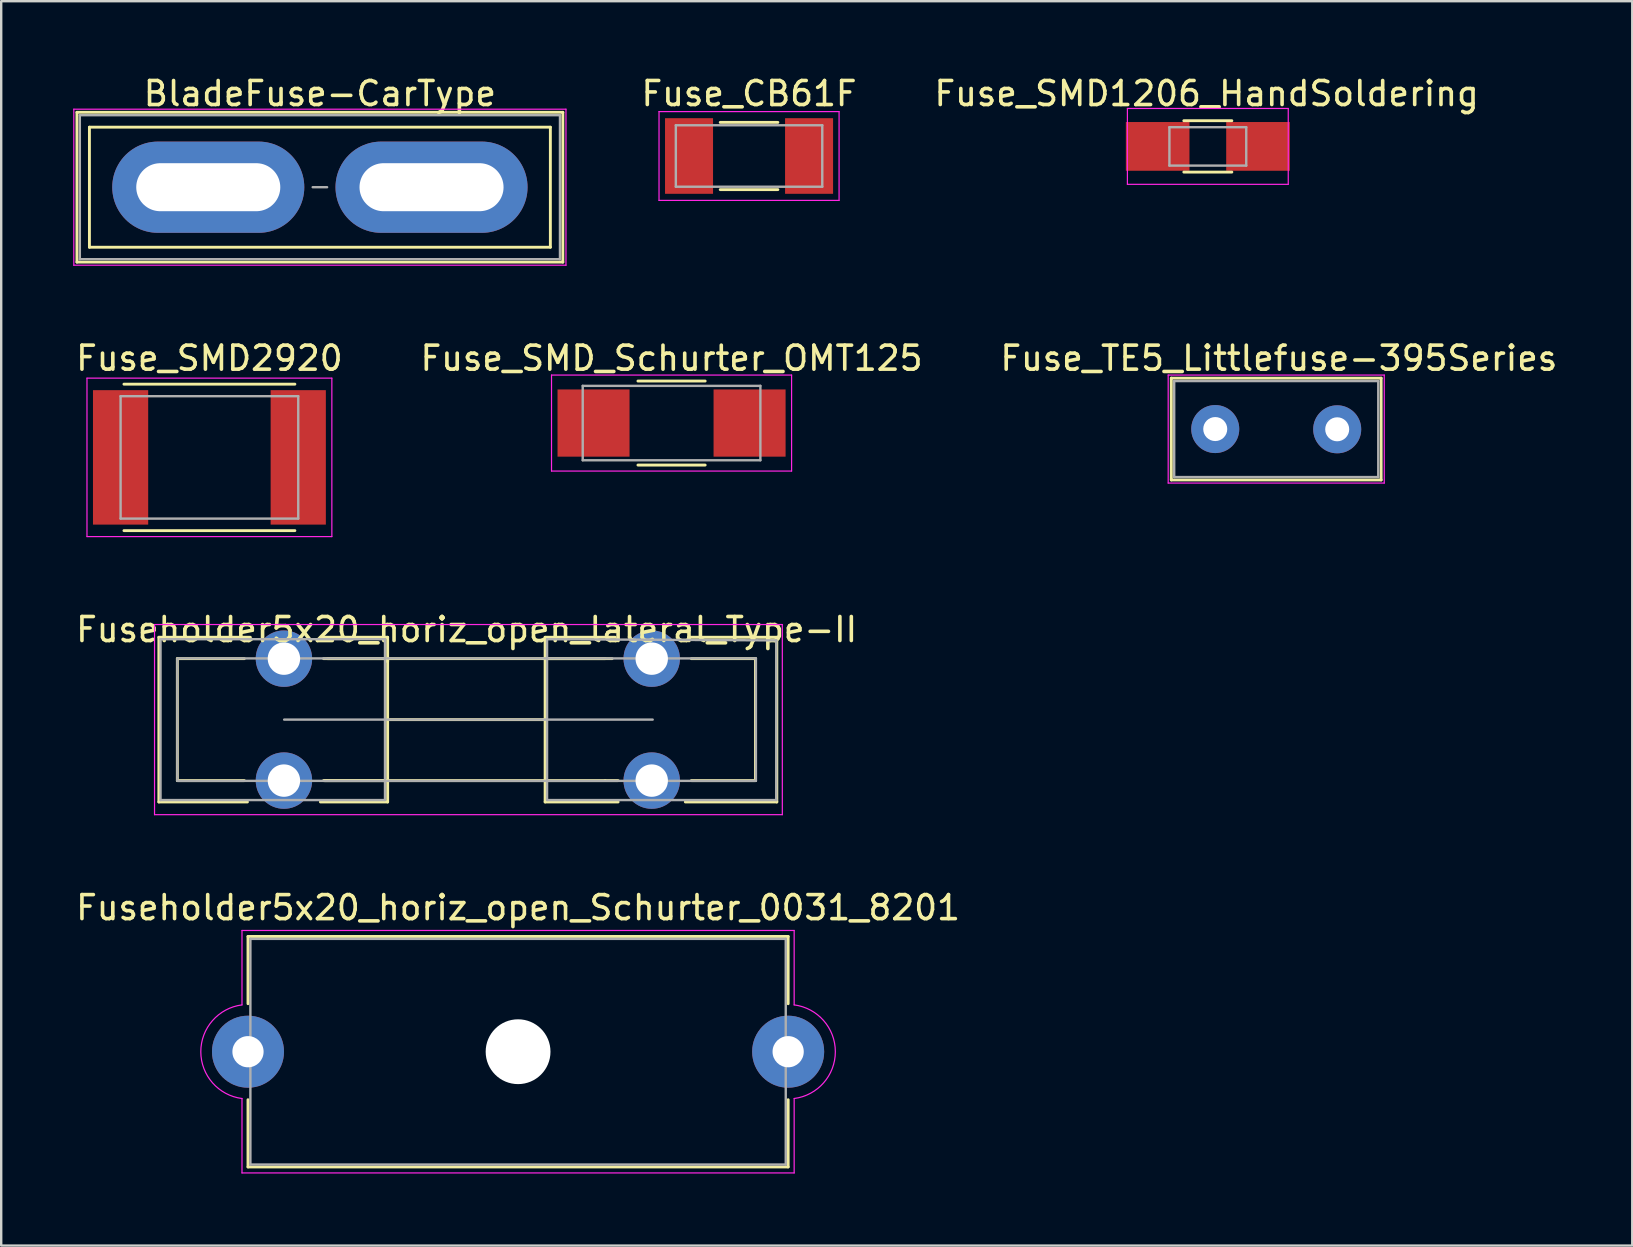
<source format=kicad_pcb>
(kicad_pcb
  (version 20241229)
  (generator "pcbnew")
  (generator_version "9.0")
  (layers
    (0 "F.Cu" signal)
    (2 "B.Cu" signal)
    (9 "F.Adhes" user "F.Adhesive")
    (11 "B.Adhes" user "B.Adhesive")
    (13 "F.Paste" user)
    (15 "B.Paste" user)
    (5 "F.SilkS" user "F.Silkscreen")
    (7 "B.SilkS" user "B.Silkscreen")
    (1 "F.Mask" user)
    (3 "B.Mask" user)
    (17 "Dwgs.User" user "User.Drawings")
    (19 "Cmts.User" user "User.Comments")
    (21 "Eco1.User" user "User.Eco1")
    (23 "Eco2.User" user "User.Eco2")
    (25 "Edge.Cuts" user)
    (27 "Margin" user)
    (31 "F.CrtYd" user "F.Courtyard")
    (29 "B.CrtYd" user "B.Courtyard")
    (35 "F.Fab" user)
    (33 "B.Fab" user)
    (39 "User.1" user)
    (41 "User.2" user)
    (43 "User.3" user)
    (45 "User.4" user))
  (footprint "Fuse_CB61F"
    (layer "F.Cu")
    (at 28.151 3.448)
    (property "Reference" "Fuse_CB61F" (at 0 -2.6 0) (layer "F.SilkS") (effects (font (size 1 1) (thickness 0.15))))
    (attr smd)
    (fp_line (start -1.2 -1.4) (end 1.2 -1.4) (stroke (width 0.12) (type solid)) (layer "F.SilkS"))
    (fp_line (start -1.2 1.4) (end 1.2 1.4) (stroke (width 0.12) (type solid)) (layer "F.SilkS"))
    (fp_line (start -3.75 -1.85) (end 3.75 -1.85) (stroke (width 0.05) (type solid)) (layer "F.CrtYd"))
    (fp_line (start -3.75 1.85) (end -3.75 -1.85) (stroke (width 0.05) (type solid)) (layer "F.CrtYd"))
    (fp_line (start 3.75 -1.85) (end 3.75 1.85) (stroke (width 0.05) (type solid)) (layer "F.CrtYd"))
    (fp_line (start 3.75 1.85) (end -3.75 1.85) (stroke (width 0.05) (type solid)) (layer "F.CrtYd"))
    (fp_line (start -3.05 -1.28) (end 3.05 -1.28) (stroke (width 0.1) (type solid)) (layer "F.Fab"))
    (fp_line (start -3.05 1.28) (end -3.05 -1.28) (stroke (width 0.1) (type solid)) (layer "F.Fab"))
    (fp_line (start 3.05 -1.28) (end 3.05 1.28) (stroke (width 0.1) (type solid)) (layer "F.Fab"))
    (fp_line (start 3.05 1.28) (end -3.05 1.28) (stroke (width 0.1) (type solid)) (layer "F.Fab"))
    (pad "1" smd rect (at -2.5 0) (size 2 3.15) (layers "F.Cu" "F.Mask" "F.Paste"))
    (pad "2" smd rect (at 2.5 0) (size 2 3.15) (layers "F.Cu" "F.Mask" "F.Paste")))
  (footprint "Fuse_SMD2920"
    (layer "F.Cu")
    (at 5.673 16.002)
    (property "Reference" "Fuse_SMD2920" (at 0 -4.13 0) (layer "F.SilkS") (effects (font (size 1 1) (thickness 0.15))))
    (attr smd)
    (fp_line (start -3.56 -3.05) (end 3.56 -3.05) (stroke (width 0.12) (type solid)) (layer "F.SilkS"))
    (fp_line (start -3.56 3.05) (end 3.56 3.05) (stroke (width 0.12) (type solid)) (layer "F.SilkS"))
    (fp_line (start -5.1 -3.3) (end -5.1 3.3) (stroke (width 0.05) (type solid)) (layer "F.CrtYd"))
    (fp_line (start -5.1 -3.3) (end 5.1 -3.3) (stroke (width 0.05) (type solid)) (layer "F.CrtYd"))
    (fp_line (start -5.1 3.3) (end 5.1 3.3) (stroke (width 0.05) (type solid)) (layer "F.CrtYd"))
    (fp_line (start 5.1 -3.3) (end 5.1 3.3) (stroke (width 0.05) (type solid)) (layer "F.CrtYd"))
    (fp_line (start -3.7 -2.55) (end 3.7 -2.55) (stroke (width 0.1) (type solid)) (layer "F.Fab"))
    (fp_line (start -3.7 2.55) (end -3.7 -2.55) (stroke (width 0.1) (type solid)) (layer "F.Fab"))
    (fp_line (start 3.7 -2.55) (end 3.7 2.55) (stroke (width 0.1) (type solid)) (layer "F.Fab"))
    (fp_line (start 3.7 2.55) (end -3.7 2.55) (stroke (width 0.1) (type solid)) (layer "F.Fab"))
    (pad "1" smd rect (at -3.7 0 90) (size 5.6 2.3) (layers "F.Cu" "F.Mask" "F.Paste"))
    (pad "2" smd rect (at 3.7 0 90) (size 5.6 2.3) (layers "F.Cu" "F.Mask" "F.Paste")))
  (footprint "Fuse_SMD1206_HandSoldering"
    (layer "F.Cu")
    (at 47.261 3.048)
    (property "Reference" "Fuse_SMD1206_HandSoldering" (at -0.05 -2.2 0) (layer "F.SilkS") (effects (font (size 1 1) (thickness 0.15))))
    (attr smd)
    (fp_line (start -1 -1.07) (end 1 -1.07) (stroke (width 0.12) (type solid)) (layer "F.SilkS"))
    (fp_line (start 1 1.07) (end -1 1.07) (stroke (width 0.12) (type solid)) (layer "F.SilkS"))
    (fp_line (start -3.35 -1.58) (end -3.35 1.58) (stroke (width 0.05) (type solid)) (layer "F.CrtYd"))
    (fp_line (start -3.35 -1.58) (end 3.35 -1.58) (stroke (width 0.05) (type solid)) (layer "F.CrtYd"))
    (fp_line (start 3.35 1.58) (end -3.35 1.58) (stroke (width 0.05) (type solid)) (layer "F.CrtYd"))
    (fp_line (start 3.35 1.58) (end 3.35 -1.58) (stroke (width 0.05) (type solid)) (layer "F.CrtYd"))
    (fp_line (start -1.6 -0.8) (end 1.6 -0.8) (stroke (width 0.1) (type solid)) (layer "F.Fab"))
    (fp_line (start -1.6 0.8) (end -1.6 -0.8) (stroke (width 0.1) (type solid)) (layer "F.Fab"))
    (fp_line (start 1.6 -0.8) (end 1.6 0.8) (stroke (width 0.1) (type solid)) (layer "F.Fab"))
    (fp_line (start 1.6 0.8) (end -1.6 0.8) (stroke (width 0.1) (type solid)) (layer "F.Fab"))
    (pad "1" smd rect (at -2.09 0 90) (size 2.03 2.65) (layers "F.Cu" "F.Mask" "F.Paste"))
    (pad "2" smd rect (at 2.09 0 90) (size 2.03 2.65) (layers "F.Cu" "F.Mask" "F.Paste")))
  (footprint "Fuseholder5x20_horiz_open_lateral_Type-II"
    (layer "F.Cu")
    (at 8.777 24.385)
    (property "Reference" "Fuseholder5x20_horiz_open_lateral_Type-II" (at 7.61 -1.21 0) (layer "F.SilkS") (effects (font (size 1 1) (thickness 0.15))))
    (attr through_hole)
    (fp_line (start -5.21 -0.89) (end -5.21 5.97) (stroke (width 0.12) (type solid)) (layer "F.SilkS"))
    (fp_line (start -5.21 -0.89) (end -1.4 -0.89) (stroke (width 0.12) (type solid)) (layer "F.SilkS"))
    (fp_line (start -5.21 5.97) (end -1.52 5.97) (stroke (width 0.12) (type solid)) (layer "F.SilkS"))
    (fp_line (start -4.44 0) (end -4.44 5.08) (stroke (width 0.12) (type solid)) (layer "F.SilkS"))
    (fp_line (start -4.44 0) (end -1.65 0) (stroke (width 0.12) (type solid)) (layer "F.SilkS"))
    (fp_line (start -4.44 5.08) (end -1.65 5.08) (stroke (width 0.12) (type solid)) (layer "F.SilkS"))
    (fp_line (start 1.78 5.08) (end 1.65 5.08) (stroke (width 0.12) (type solid)) (layer "F.SilkS"))
    (fp_line (start 1.78 5.08) (end 4.32 5.08) (stroke (width 0.12) (type solid)) (layer "F.SilkS"))
    (fp_line (start 1.82 0) (end 13.38 0) (stroke (width 0.12) (type solid)) (layer "F.SilkS"))
    (fp_line (start 4.32 -0.89) (end 1.52 -0.89) (stroke (width 0.12) (type solid)) (layer "F.SilkS"))
    (fp_line (start 4.32 -0.89) (end 4.32 0.13) (stroke (width 0.12) (type solid)) (layer "F.SilkS"))
    (fp_line (start 4.32 0) (end 1.65 0) (stroke (width 0.12) (type solid)) (layer "F.SilkS"))
    (fp_line (start 4.32 2.54) (end 4.32 0) (stroke (width 0.12) (type solid)) (layer "F.SilkS"))
    (fp_line (start 4.32 5.08) (end 4.32 2.54) (stroke (width 0.12) (type solid)) (layer "F.SilkS"))
    (fp_line (start 4.32 5.97) (end 1.52 5.97) (stroke (width 0.12) (type solid)) (layer "F.SilkS"))
    (fp_line (start 4.32 5.97) (end 4.32 5.08) (stroke (width 0.12) (type solid)) (layer "F.SilkS"))
    (fp_line (start 10.88 -0.89) (end 10.88 0) (stroke (width 0.12) (type solid)) (layer "F.SilkS"))
    (fp_line (start 10.88 -0.89) (end 13.8 -0.89) (stroke (width 0.12) (type solid)) (layer "F.SilkS"))
    (fp_line (start 10.88 0) (end 13.67 0) (stroke (width 0.12) (type solid)) (layer "F.SilkS"))
    (fp_line (start 10.88 2.54) (end 10.88 0) (stroke (width 0.12) (type solid)) (layer "F.SilkS"))
    (fp_line (start 10.88 5.08) (end 10.88 2.54) (stroke (width 0.12) (type solid)) (layer "F.SilkS"))
    (fp_line (start 10.88 5.97) (end 10.88 5.08) (stroke (width 0.12) (type solid)) (layer "F.SilkS"))
    (fp_line (start 10.88 5.97) (end 13.92 5.97) (stroke (width 0.12) (type solid)) (layer "F.SilkS"))
    (fp_line (start 10.91 2.54) (end 4.41 2.54) (stroke (width 0.12) (type solid)) (layer "F.SilkS"))
    (fp_line (start 13.38 5.08) (end 1.69 5.08) (stroke (width 0.12) (type solid)) (layer "F.SilkS"))
    (fp_line (start 13.38 5.08) (end 13.92 5.08) (stroke (width 0.12) (type solid)) (layer "F.SilkS"))
    (fp_line (start 19.64 0) (end 16.97 0) (stroke (width 0.12) (type solid)) (layer "F.SilkS"))
    (fp_line (start 19.64 0) (end 19.64 5.08) (stroke (width 0.12) (type solid)) (layer "F.SilkS"))
    (fp_line (start 19.64 5.08) (end 16.97 5.08) (stroke (width 0.12) (type solid)) (layer "F.SilkS"))
    (fp_line (start 20.53 -0.89) (end 16.85 -0.89) (stroke (width 0.12) (type solid)) (layer "F.SilkS"))
    (fp_line (start 20.53 -0.89) (end 20.53 5.97) (stroke (width 0.12) (type solid)) (layer "F.SilkS"))
    (fp_line (start 20.53 5.97) (end 16.72 5.97) (stroke (width 0.12) (type solid)) (layer "F.SilkS"))
    (fp_line (start -5.39 -1.42) (end -5.39 6.5) (stroke (width 0.05) (type solid)) (layer "F.CrtYd"))
    (fp_line (start -5.39 -1.42) (end 20.76 -1.42) (stroke (width 0.05) (type solid)) (layer "F.CrtYd"))
    (fp_line (start 20.76 6.5) (end -5.39 6.5) (stroke (width 0.05) (type solid)) (layer "F.CrtYd"))
    (fp_line (start 20.76 6.5) (end 20.76 -1.42) (stroke (width 0.05) (type solid)) (layer "F.CrtYd"))
    (fp_line (start -5.14 -0.81) (end 4.21 -0.81) (stroke (width 0.1) (type solid)) (layer "F.Fab"))
    (fp_line (start -5.14 5.89) (end -5.14 -0.81) (stroke (width 0.1) (type solid)) (layer "F.Fab"))
    (fp_line (start -4.44 -0.01) (end 19.66 -0.01) (stroke (width 0.1) (type solid)) (layer "F.Fab"))
    (fp_line (start -4.44 5.09) (end -4.44 0.04) (stroke (width 0.1) (type solid)) (layer "F.Fab"))
    (fp_line (start 0.01 2.54) (end 15.36 2.54) (stroke (width 0.1) (type solid)) (layer "F.Fab"))
    (fp_line (start 4.21 -0.81) (end 4.21 5.89) (stroke (width 0.1) (type solid)) (layer "F.Fab"))
    (fp_line (start 4.21 5.89) (end -5.14 5.89) (stroke (width 0.1) (type solid)) (layer "F.Fab"))
    (fp_line (start 10.96 -0.81) (end 10.96 5.89) (stroke (width 0.1) (type solid)) (layer "F.Fab"))
    (fp_line (start 10.96 5.89) (end 20.51 5.89) (stroke (width 0.1) (type solid)) (layer "F.Fab"))
    (fp_line (start 19.66 -0.01) (end 19.66 5.09) (stroke (width 0.1) (type solid)) (layer "F.Fab"))
    (fp_line (start 19.66 5.09) (end -4.44 5.09) (stroke (width 0.1) (type solid)) (layer "F.Fab"))
    (fp_line (start 20.51 -0.76) (end 10.96 -0.81) (stroke (width 0.1) (type solid)) (layer "F.Fab"))
    (fp_line (start 20.51 5.89) (end 20.51 -0.76) (stroke (width 0.1) (type solid)) (layer "F.Fab"))
    (pad "1" thru_hole circle (at 0 0) (size 2.35 2.35) (drill 1.35) (layers "*.Cu" "*.Mask"))
    (pad "1" thru_hole circle (at 0 5.08) (size 2.35 2.35) (drill 1.35) (layers "*.Cu" "*.Mask"))
    (pad "2" thru_hole circle (at 15.32 0) (size 2.35 2.35) (drill 1.35) (layers "*.Cu" "*.Mask"))
    (pad "2" thru_hole circle (at 15.32 5.08) (size 2.35 2.35) (drill 1.35) (layers "*.Cu" "*.Mask")))
  (footprint "Fuse_SMD_Schurter_OMT125"
    (layer "F.Cu")
    (at 24.923 14.572)
    (property "Reference" "Fuse_SMD_Schurter_OMT125" (at 0 -2.7 0) (layer "F.SilkS") (effects (font (size 1 1) (thickness 0.15))))
    (attr smd)
    (fp_line (start -1.4 -1.75) (end 1.4 -1.75) (stroke (width 0.12) (type solid)) (layer "F.SilkS"))
    (fp_line (start -1.4 1.75) (end 1.4 1.75) (stroke (width 0.12) (type solid)) (layer "F.SilkS"))
    (fp_line (start -5 -2) (end -5 2) (stroke (width 0.05) (type solid)) (layer "F.CrtYd"))
    (fp_line (start -5 2) (end 5 2) (stroke (width 0.05) (type solid)) (layer "F.CrtYd"))
    (fp_line (start 5 -2) (end -5 -2) (stroke (width 0.05) (type solid)) (layer "F.CrtYd"))
    (fp_line (start 5 -2) (end 5 2) (stroke (width 0.05) (type solid)) (layer "F.CrtYd"))
    (fp_line (start -3.7 -1.55) (end -3.7 1.55) (stroke (width 0.1) (type solid)) (layer "F.Fab"))
    (fp_line (start -3.7 1.55) (end 3.7 1.55) (stroke (width 0.1) (type solid)) (layer "F.Fab"))
    (fp_line (start 3.7 -1.55) (end -3.7 -1.55) (stroke (width 0.1) (type solid)) (layer "F.Fab"))
    (fp_line (start 3.7 1.55) (end 3.7 -1.55) (stroke (width 0.1) (type solid)) (layer "F.Fab"))
    (pad "1" smd rect (at -3.25 0) (size 3 2.8) (layers "F.Cu" "F.Mask" "F.Paste"))
    (pad "2" smd rect (at 3.25 0) (size 3 2.8) (layers "F.Cu" "F.Mask" "F.Paste")))
  (footprint "Fuse_TE5_Littlefuse-395Series"
    (layer "F.Cu")
    (at 47.57 14.822)
    (property "Reference" "Fuse_TE5_Littlefuse-395Series" (at 2.65 -2.95 0) (layer "F.SilkS") (effects (font (size 1 1) (thickness 0.15))))
    (attr through_hole)
    (fp_line (start -1.83 -2.12) (end -1.83 2.12) (stroke (width 0.12) (type solid)) (layer "F.SilkS"))
    (fp_line (start -1.83 -2.12) (end 6.91 -2.12) (stroke (width 0.12) (type solid)) (layer "F.SilkS"))
    (fp_line (start 6.91 2.12) (end -1.83 2.12) (stroke (width 0.12) (type solid)) (layer "F.SilkS"))
    (fp_line (start 6.91 2.12) (end 6.91 -2.12) (stroke (width 0.12) (type solid)) (layer "F.SilkS"))
    (fp_line (start -1.96 -2.25) (end -1.96 2.25) (stroke (width 0.05) (type solid)) (layer "F.CrtYd"))
    (fp_line (start -1.96 -2.25) (end 7.04 -2.25) (stroke (width 0.05) (type solid)) (layer "F.CrtYd"))
    (fp_line (start 7.04 2.25) (end -1.96 2.25) (stroke (width 0.05) (type solid)) (layer "F.CrtYd"))
    (fp_line (start 7.04 2.25) (end 7.04 -2.25) (stroke (width 0.05) (type solid)) (layer "F.CrtYd"))
    (fp_line (start -1.71 -2) (end -1.71 2) (stroke (width 0.1) (type solid)) (layer "F.Fab"))
    (fp_line (start -1.71 2) (end 6.79 2) (stroke (width 0.1) (type solid)) (layer "F.Fab"))
    (fp_line (start 6.79 -2) (end -1.71 -2) (stroke (width 0.1) (type solid)) (layer "F.Fab"))
    (fp_line (start 6.79 2) (end 6.79 -2) (stroke (width 0.1) (type solid)) (layer "F.Fab"))
    (pad "1" thru_hole circle (at 0 0) (size 2 2) (drill 1) (layers "*.Cu" "*.Mask"))
    (pad "2" thru_hole circle (at 5.08 0.01) (size 2 2) (drill 1) (layers "*.Cu" "*.Mask")))
  (footprint "BladeFuse-CarType"
    (layer "F.Cu")
    (at 5.625 4.748)
    (property "Reference" "BladeFuse-CarType" (at 4.65 -3.9 0) (layer "F.SilkS") (effects (font (size 1 1) (thickness 0.15))))
    (attr through_hole)
    (fp_line (start -5.47 -3.12) (end -5.47 3.12) (stroke (width 0.12) (type solid)) (layer "F.SilkS"))
    (fp_line (start -5.47 -3.12) (end 14.77 -3.12) (stroke (width 0.12) (type solid)) (layer "F.SilkS"))
    (fp_line (start -4.95 -2.5) (end 14.25 -2.5) (stroke (width 0.12) (type solid)) (layer "F.SilkS"))
    (fp_line (start -4.95 2.5) (end -4.95 -2.5) (stroke (width 0.12) (type solid)) (layer "F.SilkS"))
    (fp_line (start 14.25 -2.5) (end 14.25 2.5) (stroke (width 0.12) (type solid)) (layer "F.SilkS"))
    (fp_line (start 14.25 2.5) (end -4.95 2.5) (stroke (width 0.12) (type solid)) (layer "F.SilkS"))
    (fp_line (start 14.77 3.12) (end -5.47 3.12) (stroke (width 0.12) (type solid)) (layer "F.SilkS"))
    (fp_line (start 14.77 3.12) (end 14.77 -3.12) (stroke (width 0.12) (type solid)) (layer "F.SilkS"))
    (fp_line (start -5.6 -3.25) (end -5.6 3.25) (stroke (width 0.05) (type solid)) (layer "F.CrtYd"))
    (fp_line (start -5.6 -3.25) (end 14.9 -3.25) (stroke (width 0.05) (type solid)) (layer "F.CrtYd"))
    (fp_line (start 14.9 3.25) (end -5.6 3.25) (stroke (width 0.05) (type solid)) (layer "F.CrtYd"))
    (fp_line (start 14.9 3.25) (end 14.9 -3.25) (stroke (width 0.05) (type solid)) (layer "F.CrtYd"))
    (fp_line (start -5.35 -3) (end 14.65 -3) (stroke (width 0.1) (type solid)) (layer "F.Fab"))
    (fp_line (start -5.35 3) (end -5.35 -3) (stroke (width 0.1) (type solid)) (layer "F.Fab"))
    (fp_line (start 4.95 0) (end 4.35 0) (stroke (width 0.1) (type solid)) (layer "F.Fab"))
    (fp_line (start 14.65 -3) (end 14.65 3) (stroke (width 0.1) (type solid)) (layer "F.Fab"))
    (fp_line (start 14.65 3) (end -5.35 3) (stroke (width 0.1) (type solid)) (layer "F.Fab"))
    (pad "1" thru_hole oval (at 0 0) (size 8 3.8) (drill oval 6 2) (layers "*.Cu" "*.Mask"))
    (pad "2" thru_hole oval (at 9.3 0) (size 8 3.8) (drill oval 6 2) (layers "*.Cu" "*.Mask")))
  (footprint "Fuseholder5x20_horiz_open_Schurter_0031_8201"
    (layer "F.Cu")
    (at 7.28 40.758)
    (property "Reference" "Fuseholder5x20_horiz_open_Schurter_0031_8201" (at 11.25 -6 0) (layer "F.SilkS") (effects (font (size 1 1) (thickness 0.15))))
    (attr through_hole)
    (fp_line (start 0 -4.8) (end 22.5 -4.8) (stroke (width 0.12) (type solid)) (layer "F.SilkS"))
    (fp_line (start 0 -2) (end 0 -4.8) (stroke (width 0.12) (type solid)) (layer "F.SilkS"))
    (fp_line (start 0 4.8) (end 0 2) (stroke (width 0.12) (type solid)) (layer "F.SilkS"))
    (fp_line (start 0 4.8) (end 22.5 4.8) (stroke (width 0.12) (type solid)) (layer "F.SilkS"))
    (fp_line (start 22.5 -2) (end 22.5 -4.8) (stroke (width 0.12) (type solid)) (layer "F.SilkS"))
    (fp_line (start 22.5 4.8) (end 22.5 2) (stroke (width 0.12) (type solid)) (layer "F.SilkS"))
    (fp_line (start -0.25 -5.05) (end 22.75 -5.05) (stroke (width 0.05) (type solid)) (layer "F.CrtYd"))
    (fp_line (start -0.25 -1.95) (end -0.25 -5.05) (stroke (width 0.05) (type solid)) (layer "F.CrtYd"))
    (fp_line (start -0.25 5.05) (end -0.25 1.95) (stroke (width 0.05) (type solid)) (layer "F.CrtYd"))
    (fp_line (start 22.75 -1.95) (end 22.75 -5.05) (stroke (width 0.05) (type solid)) (layer "F.CrtYd"))
    (fp_line (start 22.75 1.95) (end 22.75 5.05) (stroke (width 0.05) (type solid)) (layer "F.CrtYd"))
    (fp_line (start 22.75 5.05) (end -0.25 5.05) (stroke (width 0.05) (type solid)) (layer "F.CrtYd"))
    (fp_arc (start -0.25 1.95) (mid -1.96596 0.001518) (end -0.253011 -1.949612) (stroke (width 0.05) (type solid)) (layer "F.CrtYd"))
    (fp_arc (start 22.75 -1.95) (mid 24.46596 -0.001518) (end 22.753011 1.949612) (stroke (width 0.05) (type solid)) (layer "F.CrtYd"))
    (fp_line (start 0.1 -4.7) (end 0.1 4.7) (stroke (width 0.1) (type solid)) (layer "F.Fab"))
    (fp_line (start 0.1 4.7) (end 22.4 4.7) (stroke (width 0.1) (type solid)) (layer "F.Fab"))
    (fp_line (start 22.4 -4.7) (end 0.1 -4.7) (stroke (width 0.1) (type solid)) (layer "F.Fab"))
    (fp_line (start 22.4 4.7) (end 22.4 -4.7) (stroke (width 0.1) (type solid)) (layer "F.Fab"))
    (pad "" np_thru_hole circle (at 11.25 0) (size 2.7 2.7) (drill 2.7) (layers "*.Cu" "*.Mask"))
    (pad "1" thru_hole circle (at 0 0) (size 3 3) (drill 1.3) (layers "*.Cu" "*.Mask"))
    (pad "2" thru_hole circle (at 22.5 0) (size 3 3) (drill 1.3) (layers "*.Cu" "*.Mask")))
  (gr_rect
    (start -3 -3)
    (end 64.94 48.833)
    (stroke (width 0.1) (type default))
    (fill no)
    (layer "Edge.Cuts")))
</source>
